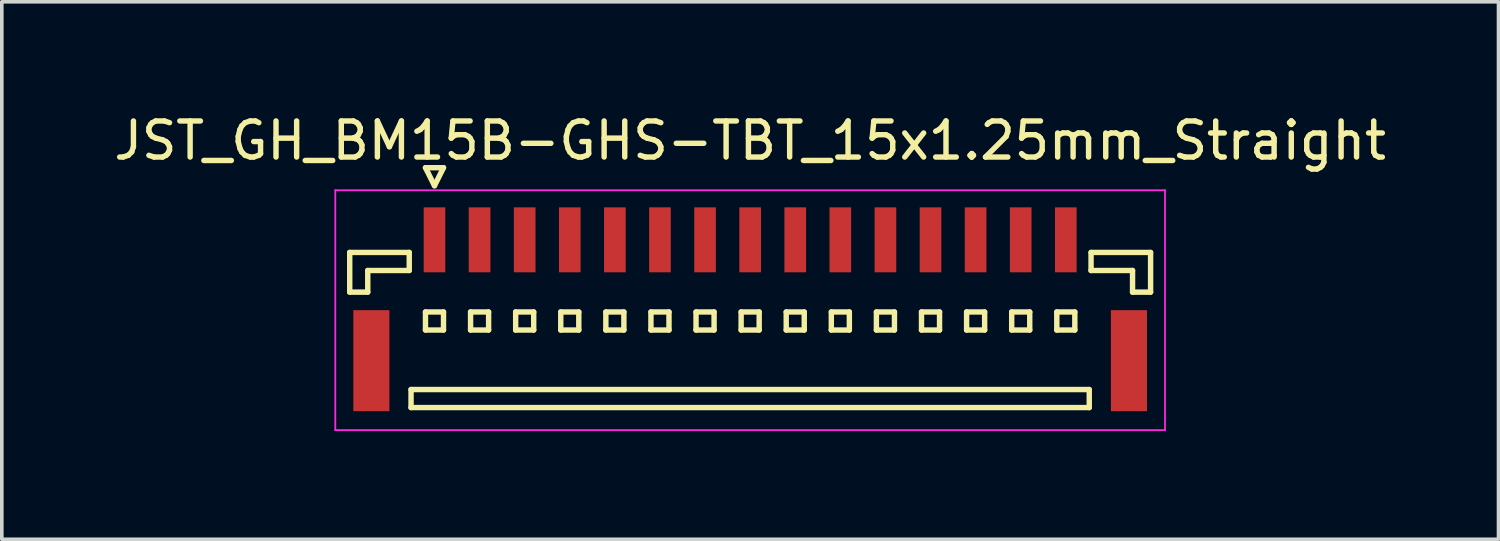
<source format=kicad_pcb>
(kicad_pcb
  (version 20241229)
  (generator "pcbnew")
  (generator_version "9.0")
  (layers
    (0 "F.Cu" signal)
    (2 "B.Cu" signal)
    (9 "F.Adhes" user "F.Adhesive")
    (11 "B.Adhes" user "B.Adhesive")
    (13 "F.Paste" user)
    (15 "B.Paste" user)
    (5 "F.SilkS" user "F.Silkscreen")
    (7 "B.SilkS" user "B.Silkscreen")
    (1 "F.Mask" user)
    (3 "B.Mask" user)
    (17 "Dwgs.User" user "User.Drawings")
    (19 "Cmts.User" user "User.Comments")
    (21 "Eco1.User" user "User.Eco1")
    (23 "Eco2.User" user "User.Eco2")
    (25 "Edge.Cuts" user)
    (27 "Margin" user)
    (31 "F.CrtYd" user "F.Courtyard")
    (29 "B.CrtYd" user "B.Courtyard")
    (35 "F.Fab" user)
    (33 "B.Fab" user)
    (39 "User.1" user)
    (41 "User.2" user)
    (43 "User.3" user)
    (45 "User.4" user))
  (footprint "JST_GH_BM15B-GHS-TBT_15x1.25mm_Straight"
    (layer "F.Cu")
    (at 17.744 5.273)
    (property "Reference" "JST_GH_BM15B-GHS-TBT_15x1.25mm_Straight" (at 0 -4.425 0) (layer "F.SilkS") (effects (font (size 1 1) (thickness 0.15))))
    (attr smd)
    (fp_line (start -11.1 -1.325) (end -9.45 -1.325) (stroke (width 0.15) (type solid)) (layer "F.SilkS"))
    (fp_line (start -11.1 -0.225) (end -11.1 -1.325) (stroke (width 0.15) (type solid)) (layer "F.SilkS"))
    (fp_line (start -10.6 -0.825) (end -10.6 -0.225) (stroke (width 0.15) (type solid)) (layer "F.SilkS"))
    (fp_line (start -10.6 -0.225) (end -11.1 -0.225) (stroke (width 0.15) (type solid)) (layer "F.SilkS"))
    (fp_line (start -9.45 -1.325) (end -9.45 -0.825) (stroke (width 0.15) (type solid)) (layer "F.SilkS"))
    (fp_line (start -9.45 -0.825) (end -10.6 -0.825) (stroke (width 0.15) (type solid)) (layer "F.SilkS"))
    (fp_line (start -9.4 2.475) (end -9.4 2.975) (stroke (width 0.15) (type solid)) (layer "F.SilkS"))
    (fp_line (start -9.4 2.975) (end 9.4 2.975) (stroke (width 0.15) (type solid)) (layer "F.SilkS"))
    (fp_line (start -9 -3.675) (end -8.5 -3.675) (stroke (width 0.15) (type solid)) (layer "F.SilkS"))
    (fp_line (start -9 0.325) (end -9 0.825) (stroke (width 0.15) (type solid)) (layer "F.SilkS"))
    (fp_line (start -9 0.825) (end -8.5 0.825) (stroke (width 0.15) (type solid)) (layer "F.SilkS"))
    (fp_line (start -8.75 -3.175) (end -9 -3.675) (stroke (width 0.15) (type solid)) (layer "F.SilkS"))
    (fp_line (start -8.5 -3.675) (end -8.75 -3.175) (stroke (width 0.15) (type solid)) (layer "F.SilkS"))
    (fp_line (start -8.5 0.325) (end -9 0.325) (stroke (width 0.15) (type solid)) (layer "F.SilkS"))
    (fp_line (start -8.5 0.825) (end -8.5 0.325) (stroke (width 0.15) (type solid)) (layer "F.SilkS"))
    (fp_line (start -7.75 0.325) (end -7.75 0.825) (stroke (width 0.15) (type solid)) (layer "F.SilkS"))
    (fp_line (start -7.75 0.825) (end -7.25 0.825) (stroke (width 0.15) (type solid)) (layer "F.SilkS"))
    (fp_line (start -7.25 0.325) (end -7.75 0.325) (stroke (width 0.15) (type solid)) (layer "F.SilkS"))
    (fp_line (start -7.25 0.825) (end -7.25 0.325) (stroke (width 0.15) (type solid)) (layer "F.SilkS"))
    (fp_line (start -6.5 0.325) (end -6.5 0.825) (stroke (width 0.15) (type solid)) (layer "F.SilkS"))
    (fp_line (start -6.5 0.825) (end -6 0.825) (stroke (width 0.15) (type solid)) (layer "F.SilkS"))
    (fp_line (start -6 0.325) (end -6.5 0.325) (stroke (width 0.15) (type solid)) (layer "F.SilkS"))
    (fp_line (start -6 0.825) (end -6 0.325) (stroke (width 0.15) (type solid)) (layer "F.SilkS"))
    (fp_line (start -5.25 0.325) (end -5.25 0.825) (stroke (width 0.15) (type solid)) (layer "F.SilkS"))
    (fp_line (start -5.25 0.825) (end -4.75 0.825) (stroke (width 0.15) (type solid)) (layer "F.SilkS"))
    (fp_line (start -4.75 0.325) (end -5.25 0.325) (stroke (width 0.15) (type solid)) (layer "F.SilkS"))
    (fp_line (start -4.75 0.825) (end -4.75 0.325) (stroke (width 0.15) (type solid)) (layer "F.SilkS"))
    (fp_line (start -4 0.325) (end -4 0.825) (stroke (width 0.15) (type solid)) (layer "F.SilkS"))
    (fp_line (start -4 0.825) (end -3.5 0.825) (stroke (width 0.15) (type solid)) (layer "F.SilkS"))
    (fp_line (start -3.5 0.325) (end -4 0.325) (stroke (width 0.15) (type solid)) (layer "F.SilkS"))
    (fp_line (start -3.5 0.825) (end -3.5 0.325) (stroke (width 0.15) (type solid)) (layer "F.SilkS"))
    (fp_line (start -2.75 0.325) (end -2.75 0.825) (stroke (width 0.15) (type solid)) (layer "F.SilkS"))
    (fp_line (start -2.75 0.825) (end -2.25 0.825) (stroke (width 0.15) (type solid)) (layer "F.SilkS"))
    (fp_line (start -2.25 0.325) (end -2.75 0.325) (stroke (width 0.15) (type solid)) (layer "F.SilkS"))
    (fp_line (start -2.25 0.825) (end -2.25 0.325) (stroke (width 0.15) (type solid)) (layer "F.SilkS"))
    (fp_line (start -1.5 0.325) (end -1.5 0.825) (stroke (width 0.15) (type solid)) (layer "F.SilkS"))
    (fp_line (start -1.5 0.825) (end -1 0.825) (stroke (width 0.15) (type solid)) (layer "F.SilkS"))
    (fp_line (start -1 0.325) (end -1.5 0.325) (stroke (width 0.15) (type solid)) (layer "F.SilkS"))
    (fp_line (start -1 0.825) (end -1 0.325) (stroke (width 0.15) (type solid)) (layer "F.SilkS"))
    (fp_line (start -0.25 0.325) (end -0.25 0.825) (stroke (width 0.15) (type solid)) (layer "F.SilkS"))
    (fp_line (start -0.25 0.825) (end 0.25 0.825) (stroke (width 0.15) (type solid)) (layer "F.SilkS"))
    (fp_line (start 0.25 0.325) (end -0.25 0.325) (stroke (width 0.15) (type solid)) (layer "F.SilkS"))
    (fp_line (start 0.25 0.825) (end 0.25 0.325) (stroke (width 0.15) (type solid)) (layer "F.SilkS"))
    (fp_line (start 1 0.325) (end 1 0.825) (stroke (width 0.15) (type solid)) (layer "F.SilkS"))
    (fp_line (start 1 0.825) (end 1.5 0.825) (stroke (width 0.15) (type solid)) (layer "F.SilkS"))
    (fp_line (start 1.5 0.325) (end 1 0.325) (stroke (width 0.15) (type solid)) (layer "F.SilkS"))
    (fp_line (start 1.5 0.825) (end 1.5 0.325) (stroke (width 0.15) (type solid)) (layer "F.SilkS"))
    (fp_line (start 2.25 0.325) (end 2.25 0.825) (stroke (width 0.15) (type solid)) (layer "F.SilkS"))
    (fp_line (start 2.25 0.825) (end 2.75 0.825) (stroke (width 0.15) (type solid)) (layer "F.SilkS"))
    (fp_line (start 2.75 0.325) (end 2.25 0.325) (stroke (width 0.15) (type solid)) (layer "F.SilkS"))
    (fp_line (start 2.75 0.825) (end 2.75 0.325) (stroke (width 0.15) (type solid)) (layer "F.SilkS"))
    (fp_line (start 3.5 0.325) (end 3.5 0.825) (stroke (width 0.15) (type solid)) (layer "F.SilkS"))
    (fp_line (start 3.5 0.825) (end 4 0.825) (stroke (width 0.15) (type solid)) (layer "F.SilkS"))
    (fp_line (start 4 0.325) (end 3.5 0.325) (stroke (width 0.15) (type solid)) (layer "F.SilkS"))
    (fp_line (start 4 0.825) (end 4 0.325) (stroke (width 0.15) (type solid)) (layer "F.SilkS"))
    (fp_line (start 4.75 0.325) (end 4.75 0.825) (stroke (width 0.15) (type solid)) (layer "F.SilkS"))
    (fp_line (start 4.75 0.825) (end 5.25 0.825) (stroke (width 0.15) (type solid)) (layer "F.SilkS"))
    (fp_line (start 5.25 0.325) (end 4.75 0.325) (stroke (width 0.15) (type solid)) (layer "F.SilkS"))
    (fp_line (start 5.25 0.825) (end 5.25 0.325) (stroke (width 0.15) (type solid)) (layer "F.SilkS"))
    (fp_line (start 6 0.325) (end 6 0.825) (stroke (width 0.15) (type solid)) (layer "F.SilkS"))
    (fp_line (start 6 0.825) (end 6.5 0.825) (stroke (width 0.15) (type solid)) (layer "F.SilkS"))
    (fp_line (start 6.5 0.325) (end 6 0.325) (stroke (width 0.15) (type solid)) (layer "F.SilkS"))
    (fp_line (start 6.5 0.825) (end 6.5 0.325) (stroke (width 0.15) (type solid)) (layer "F.SilkS"))
    (fp_line (start 7.25 0.325) (end 7.25 0.825) (stroke (width 0.15) (type solid)) (layer "F.SilkS"))
    (fp_line (start 7.25 0.825) (end 7.75 0.825) (stroke (width 0.15) (type solid)) (layer "F.SilkS"))
    (fp_line (start 7.75 0.325) (end 7.25 0.325) (stroke (width 0.15) (type solid)) (layer "F.SilkS"))
    (fp_line (start 7.75 0.825) (end 7.75 0.325) (stroke (width 0.15) (type solid)) (layer "F.SilkS"))
    (fp_line (start 8.5 0.325) (end 8.5 0.825) (stroke (width 0.15) (type solid)) (layer "F.SilkS"))
    (fp_line (start 8.5 0.825) (end 9 0.825) (stroke (width 0.15) (type solid)) (layer "F.SilkS"))
    (fp_line (start 9 0.325) (end 8.5 0.325) (stroke (width 0.15) (type solid)) (layer "F.SilkS"))
    (fp_line (start 9 0.825) (end 9 0.325) (stroke (width 0.15) (type solid)) (layer "F.SilkS"))
    (fp_line (start 9.4 2.475) (end -9.4 2.475) (stroke (width 0.15) (type solid)) (layer "F.SilkS"))
    (fp_line (start 9.4 2.975) (end 9.4 2.475) (stroke (width 0.15) (type solid)) (layer "F.SilkS"))
    (fp_line (start 9.45 -1.325) (end 9.45 -0.825) (stroke (width 0.15) (type solid)) (layer "F.SilkS"))
    (fp_line (start 9.45 -0.825) (end 10.6 -0.825) (stroke (width 0.15) (type solid)) (layer "F.SilkS"))
    (fp_line (start 10.6 -0.825) (end 10.6 -0.225) (stroke (width 0.15) (type solid)) (layer "F.SilkS"))
    (fp_line (start 10.6 -0.225) (end 11.1 -0.225) (stroke (width 0.15) (type solid)) (layer "F.SilkS"))
    (fp_line (start 11.1 -1.325) (end 9.45 -1.325) (stroke (width 0.15) (type solid)) (layer "F.SilkS"))
    (fp_line (start 11.1 -0.225) (end 11.1 -1.325) (stroke (width 0.15) (type solid)) (layer "F.SilkS"))
    (fp_line (start -11.5 -3.05) (end -11.5 3.6) (stroke (width 0.05) (type solid)) (layer "F.CrtYd"))
    (fp_line (start -11.5 3.6) (end 11.5 3.6) (stroke (width 0.05) (type solid)) (layer "F.CrtYd"))
    (fp_line (start 11.5 -3.05) (end -11.5 -3.05) (stroke (width 0.05) (type solid)) (layer "F.CrtYd"))
    (fp_line (start 11.5 3.6) (end 11.5 -3.05) (stroke (width 0.05) (type solid)) (layer "F.CrtYd"))
    (pad "" smd rect (at -10.5 1.675) (size 1 2.8) (layers "F.Cu" "F.Mask" "F.Paste"))
    (pad "" smd rect (at 10.5 1.675) (size 1 2.8) (layers "F.Cu" "F.Mask" "F.Paste"))
    (pad "1" smd rect (at -8.75 -1.675) (size 0.6 1.8) (layers "F.Cu" "F.Mask" "F.Paste"))
    (pad "2" smd rect (at -7.5 -1.675) (size 0.6 1.8) (layers "F.Cu" "F.Mask" "F.Paste"))
    (pad "3" smd rect (at -6.25 -1.675) (size 0.6 1.8) (layers "F.Cu" "F.Mask" "F.Paste"))
    (pad "4" smd rect (at -5 -1.675) (size 0.6 1.8) (layers "F.Cu" "F.Mask" "F.Paste"))
    (pad "5" smd rect (at -3.75 -1.675) (size 0.6 1.8) (layers "F.Cu" "F.Mask" "F.Paste"))
    (pad "6" smd rect (at -2.5 -1.675) (size 0.6 1.8) (layers "F.Cu" "F.Mask" "F.Paste"))
    (pad "7" smd rect (at -1.25 -1.675) (size 0.6 1.8) (layers "F.Cu" "F.Mask" "F.Paste"))
    (pad "8" smd rect (at 0 -1.675) (size 0.6 1.8) (layers "F.Cu" "F.Mask" "F.Paste"))
    (pad "9" smd rect (at 1.25 -1.675) (size 0.6 1.8) (layers "F.Cu" "F.Mask" "F.Paste"))
    (pad "10" smd rect (at 2.5 -1.675) (size 0.6 1.8) (layers "F.Cu" "F.Mask" "F.Paste"))
    (pad "11" smd rect (at 3.75 -1.675) (size 0.6 1.8) (layers "F.Cu" "F.Mask" "F.Paste"))
    (pad "12" smd rect (at 5 -1.675) (size 0.6 1.8) (layers "F.Cu" "F.Mask" "F.Paste"))
    (pad "13" smd rect (at 6.25 -1.675) (size 0.6 1.8) (layers "F.Cu" "F.Mask" "F.Paste"))
    (pad "14" smd rect (at 7.5 -1.675) (size 0.6 1.8) (layers "F.Cu" "F.Mask" "F.Paste"))
    (pad "15" smd rect (at 8.75 -1.675) (size 0.6 1.8) (layers "F.Cu" "F.Mask" "F.Paste")))
  (gr_rect
    (start -3 -3)
    (end 38.488 11.898)
    (stroke (width 0.1) (type default))
    (fill no)
    (layer "Edge.Cuts")))
</source>
